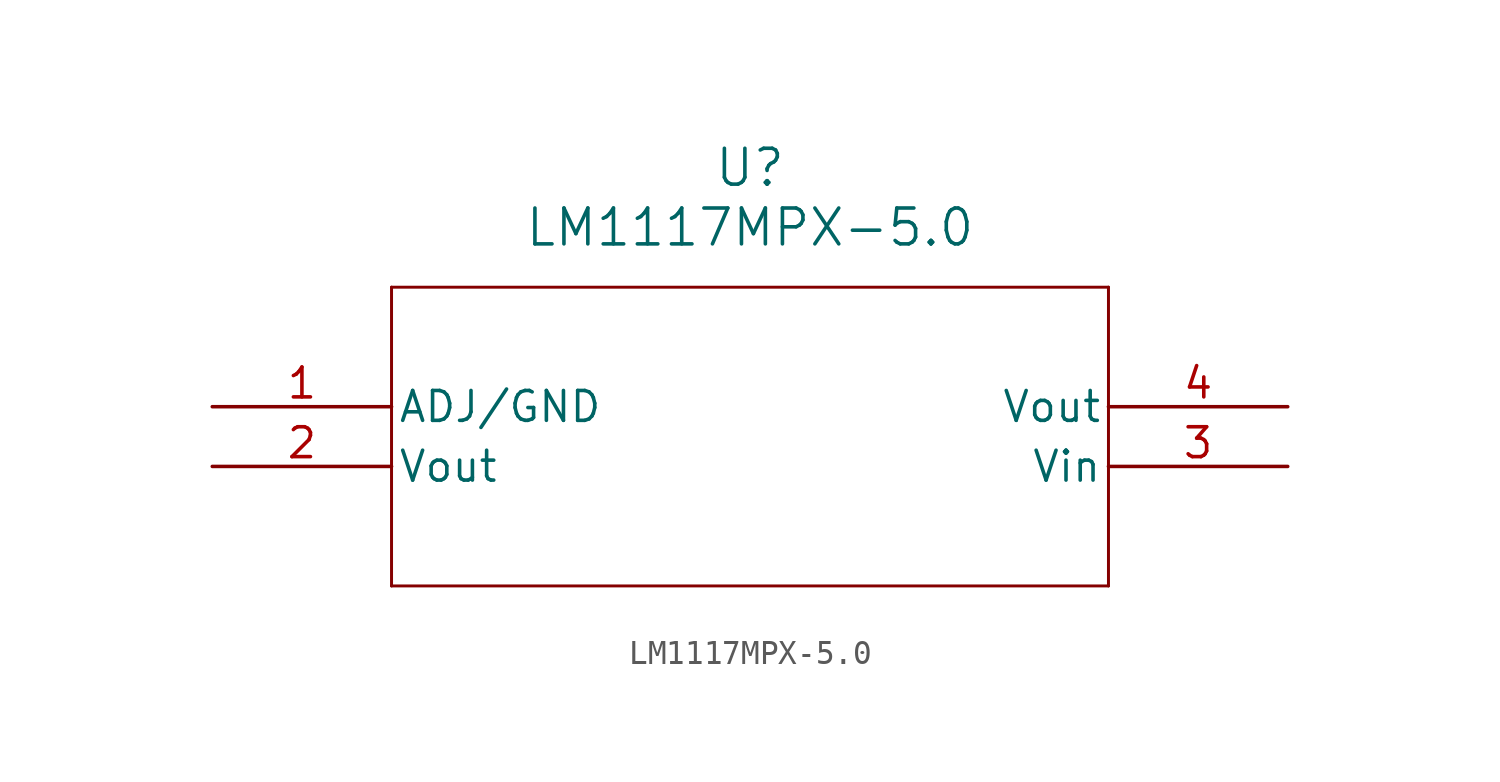
<source format=kicad_sym>
(kicad_symbol_lib
  (version 20211014)
  (generator kicad_symbol_editor)
  (symbol "LM1117MPX-5.0"
    (pin_names
      (offset 0.254))
    (property "Reference" "U"
      (at 22.86 10.16 0)
      (effects (font (size 1.524 1.524))))
    (property "Value" "LM1117MPX-5.0"
      (at 22.86 7.62 0)
      (effects (font (size 1.524 1.524))))
    (polyline
      (pts (xy 7.62 5.08) (xy 7.62 -7.62))
      (stroke (width 0.127) (type default) (color 0 0 0 0))
      (fill (type none)))
    (polyline
      (pts (xy 7.62 -7.62) (xy 38.1 -7.62))
      (stroke (width 0.127) (type default) (color 0 0 0 0))
      (fill (type none)))
    (polyline
      (pts (xy 38.1 -7.62) (xy 38.1 5.08))
      (stroke (width 0.127) (type default) (color 0 0 0 0))
      (fill (type none)))
    (polyline
      (pts (xy 38.1 5.08) (xy 7.62 5.08))
      (stroke (width 0.127) (type default) (color 0 0 0 0))
      (fill (type none)))
    (pin passive line
      (at 0 0 0)
      (length 7.62)
      (name "ADJ/GND" (effects (font (size 1.27 1.27))))
      (number "1" (effects (font (size 1.27 1.27)))))
    (pin output line
      (at 0 -2.54 0)
      (length 7.62)
      (name "Vout" (effects (font (size 1.27 1.27))))
      (number "2" (effects (font (size 1.27 1.27)))))
    (pin input line
      (at 45.72 -2.54 180)
      (length 7.62)
      (name "Vin" (effects (font (size 1.27 1.27))))
      (number "3" (effects (font (size 1.27 1.27)))))
    (pin output line
      (at 45.72 0 180)
      (length 7.62)
      (name "Vout" (effects (font (size 1.27 1.27))))
      (number "4" (effects (font (size 1.27 1.27)))))))
</source>
